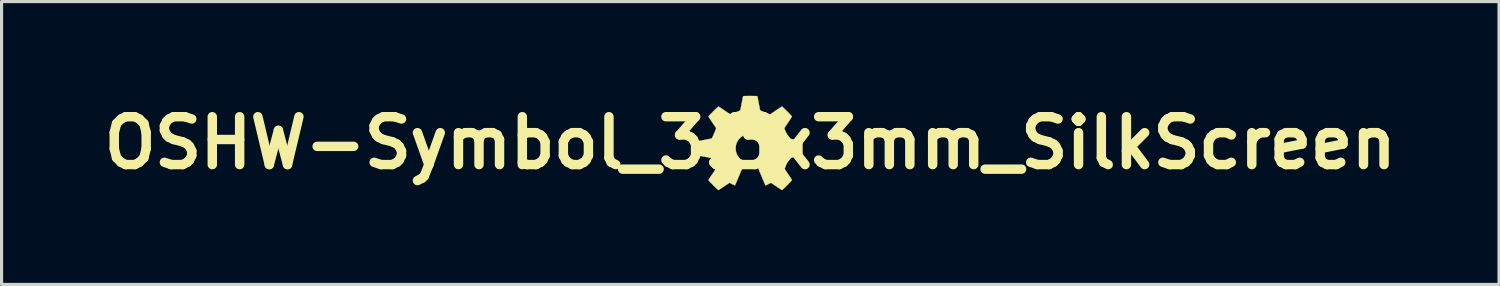
<source format=kicad_pcb>
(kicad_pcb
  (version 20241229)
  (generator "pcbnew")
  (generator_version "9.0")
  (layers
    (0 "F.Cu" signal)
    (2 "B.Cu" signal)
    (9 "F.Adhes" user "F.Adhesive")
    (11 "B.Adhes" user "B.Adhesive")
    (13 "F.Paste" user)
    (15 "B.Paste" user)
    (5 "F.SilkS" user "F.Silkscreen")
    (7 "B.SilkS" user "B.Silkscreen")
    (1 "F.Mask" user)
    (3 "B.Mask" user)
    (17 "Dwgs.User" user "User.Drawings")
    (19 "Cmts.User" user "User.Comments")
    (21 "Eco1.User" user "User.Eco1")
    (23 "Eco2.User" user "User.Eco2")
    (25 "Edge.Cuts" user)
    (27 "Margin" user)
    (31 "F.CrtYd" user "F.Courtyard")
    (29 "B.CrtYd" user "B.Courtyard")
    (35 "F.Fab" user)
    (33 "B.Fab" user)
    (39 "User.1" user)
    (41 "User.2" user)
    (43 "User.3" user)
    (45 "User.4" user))
  (footprint "OSHW-Symbol_3.3x3mm_SilkScreen"
    (layer "F.Cu")
    (at 20.835 1.5)
    (property "Reference" "OSHW-Symbol_3.3x3mm_SilkScreen" (at 0 0 0) (layer "F.SilkS") (effects (font (size 1.524 1.524) (thickness 0.3))))
    (attr through_hole)
    (fp_poly (pts (xy -0.006 -1.495) (xy 0.041 -1.495) (xy 0.086 -1.494) (xy 0.125 -1.494) (xy 0.159 -1.493) (xy 0.186 -1.493) (xy 0.204 -1.492) (xy 0.212 -1.491) (xy 0.223 -1.485) (xy 0.227 -1.479) (xy 0.229 -1.471) (xy 0.233 -1.454) (xy 0.238 -1.428) (xy 0.244 -1.395) (xy 0.251 -1.356) (xy 0.26 -1.313) (xy 0.268 -1.266) (xy 0.269 -1.261) (xy 0.278 -1.213) (xy 0.287 -1.169) (xy 0.294 -1.129) (xy 0.301 -1.096) (xy 0.307 -1.069) (xy 0.311 -1.051) (xy 0.314 -1.042) (xy 0.314 -1.041) (xy 0.32 -1.036) (xy 0.336 -1.028) (xy 0.359 -1.017) (xy 0.388 -1.004) (xy 0.42 -0.99) (xy 0.455 -0.976) (xy 0.491 -0.961) (xy 0.526 -0.947) (xy 0.559 -0.935) (xy 0.587 -0.924) (xy 0.61 -0.916) (xy 0.625 -0.912) (xy 0.631 -0.912) (xy 0.638 -0.915) (xy 0.654 -0.924) (xy 0.677 -0.939) (xy 0.705 -0.957) (xy 0.738 -0.98) (xy 0.776 -1.005) (xy 0.815 -1.032) (xy 0.821 -1.036) (xy 0.861 -1.063) (xy 0.899 -1.088) (xy 0.933 -1.11) (xy 0.961 -1.129) (xy 0.985 -1.144) (xy 1.001 -1.153) (xy 1.009 -1.158) (xy 1.01 -1.158) (xy 1.016 -1.154) (xy 1.029 -1.143) (xy 1.048 -1.126) (xy 1.071 -1.104) (xy 1.098 -1.078) (xy 1.128 -1.049) (xy 1.158 -1.019) (xy 1.189 -0.988) (xy 1.22 -0.957) (xy 1.248 -0.928) (xy 1.274 -0.901) (xy 1.295 -0.878) (xy 1.312 -0.86) (xy 1.323 -0.847) (xy 1.326 -0.841) (xy 1.323 -0.834) (xy 1.314 -0.819) (xy 1.3 -0.797) (xy 1.282 -0.769) (xy 1.261 -0.736) (xy 1.236 -0.699) (xy 1.209 -0.66) (xy 1.205 -0.654) (xy 1.172 -0.604) (xy 1.143 -0.562) (xy 1.12 -0.526) (xy 1.102 -0.498) (xy 1.09 -0.478) (xy 1.085 -0.466) (xy 1.085 -0.464) (xy 1.087 -0.456) (xy 1.093 -0.438) (xy 1.102 -0.413) (xy 1.115 -0.383) (xy 1.129 -0.347) (xy 1.146 -0.308) (xy 1.15 -0.298) (xy 1.171 -0.25) (xy 1.188 -0.212) (xy 1.201 -0.183) (xy 1.212 -0.162) (xy 1.22 -0.148) (xy 1.226 -0.141) (xy 1.227 -0.14) (xy 1.235 -0.138) (xy 1.253 -0.134) (xy 1.279 -0.129) (xy 1.313 -0.122) (xy 1.352 -0.115) (xy 1.395 -0.107) (xy 1.441 -0.098) (xy 1.487 -0.09) (xy 1.53 -0.082) (xy 1.568 -0.074) (xy 1.601 -0.068) (xy 1.626 -0.063) (xy 1.642 -0.06) (xy 1.649 -0.058) (xy 1.657 -0.051) (xy 1.66 -0.043) (xy 1.661 -0.035) (xy 1.661 -0.017) (xy 1.662 0.01) (xy 1.663 0.044) (xy 1.663 0.084) (xy 1.663 0.128) (xy 1.663 0.175) (xy 1.663 0.229) (xy 1.663 0.273) (xy 1.663 0.307) (xy 1.662 0.334) (xy 1.662 0.355) (xy 1.661 0.369) (xy 1.659 0.379) (xy 1.657 0.386) (xy 1.655 0.39) (xy 1.654 0.392) (xy 1.649 0.395) (xy 1.641 0.399) (xy 1.627 0.403) (xy 1.608 0.408) (xy 1.582 0.413) (xy 1.548 0.42) (xy 1.506 0.428) (xy 1.453 0.438) (xy 1.442 0.44) (xy 1.384 0.451) (xy 1.338 0.46) (xy 1.3 0.468) (xy 1.272 0.474) (xy 1.251 0.479) (xy 1.238 0.483) (xy 1.231 0.487) (xy 1.23 0.487) (xy 1.225 0.495) (xy 1.217 0.512) (xy 1.207 0.536) (xy 1.194 0.566) (xy 1.18 0.6) (xy 1.165 0.636) (xy 1.15 0.673) (xy 1.136 0.71) (xy 1.123 0.743) (xy 1.112 0.773) (xy 1.103 0.798) (xy 1.098 0.815) (xy 1.096 0.823) (xy 1.099 0.831) (xy 1.108 0.847) (xy 1.123 0.872) (xy 1.143 0.903) (xy 1.168 0.94) (xy 1.197 0.983) (xy 1.211 1.004) (xy 1.237 1.043) (xy 1.262 1.079) (xy 1.283 1.112) (xy 1.301 1.139) (xy 1.315 1.161) (xy 1.323 1.176) (xy 1.326 1.183) (xy 1.322 1.189) (xy 1.311 1.203) (xy 1.294 1.222) (xy 1.273 1.245) (xy 1.247 1.272) (xy 1.218 1.301) (xy 1.188 1.332) (xy 1.157 1.363) (xy 1.127 1.394) (xy 1.097 1.422) (xy 1.071 1.448) (xy 1.048 1.47) (xy 1.029 1.486) (xy 1.016 1.497) (xy 1.01 1.5) (xy 1.004 1.497) (xy 0.989 1.489) (xy 0.967 1.475) (xy 0.939 1.457) (xy 0.907 1.435) (xy 0.871 1.411) (xy 0.836 1.387) (xy 0.798 1.361) (xy 0.762 1.337) (xy 0.73 1.315) (xy 0.703 1.297) (xy 0.682 1.283) (xy 0.668 1.275) (xy 0.662 1.272) (xy 0.654 1.273) (xy 0.639 1.279) (xy 0.617 1.289) (xy 0.59 1.302) (xy 0.572 1.312) (xy 0.541 1.328) (xy 0.518 1.339) (xy 0.502 1.346) (xy 0.492 1.349) (xy 0.486 1.349) (xy 0.482 1.347) (xy 0.479 1.34) (xy 0.471 1.324) (xy 0.46 1.3) (xy 0.447 1.268) (xy 0.431 1.231) (xy 0.412 1.188) (xy 0.393 1.141) (xy 0.372 1.09) (xy 0.35 1.038) (xy 0.328 0.985) (xy 0.306 0.931) (xy 0.285 0.879) (xy 0.264 0.828) (xy 0.245 0.781) (xy 0.227 0.737) (xy 0.212 0.699) (xy 0.2 0.667) (xy 0.19 0.641) (xy 0.184 0.624) (xy 0.182 0.616) (xy 0.182 0.616) (xy 0.187 0.61) (xy 0.2 0.599) (xy 0.218 0.586) (xy 0.223 0.583) (xy 0.276 0.545) (xy 0.32 0.507) (xy 0.356 0.468) (xy 0.386 0.426) (xy 0.413 0.379) (xy 0.413 0.379) (xy 0.429 0.344) (xy 0.442 0.313) (xy 0.45 0.283) (xy 0.455 0.252) (xy 0.457 0.215) (xy 0.458 0.171) (xy 0.458 0.136) (xy 0.457 0.11) (xy 0.455 0.089) (xy 0.452 0.071) (xy 0.447 0.054) (xy 0.445 0.045) (xy 0.418 -0.024) (xy 0.382 -0.087) (xy 0.337 -0.142) (xy 0.286 -0.191) (xy 0.227 -0.23) (xy 0.163 -0.261) (xy 0.11 -0.279) (xy 0.072 -0.286) (xy 0.027 -0.289) (xy -0.02 -0.289) (xy -0.066 -0.286) (xy -0.107 -0.28) (xy -0.121 -0.276) (xy -0.189 -0.251) (xy -0.252 -0.217) (xy -0.309 -0.174) (xy -0.358 -0.124) (xy -0.399 -0.066) (xy -0.418 -0.032) (xy -0.437 0.009) (xy -0.449 0.045) (xy -0.458 0.082) (xy -0.463 0.124) (xy -0.464 0.149) (xy -0.463 0.221) (xy -0.452 0.289) (xy -0.43 0.354) (xy -0.398 0.416) (xy -0.358 0.47) (xy -0.334 0.498) (xy -0.306 0.524) (xy -0.272 0.551) (xy -0.23 0.58) (xy -0.229 0.581) (xy -0.206 0.597) (xy -0.191 0.61) (xy -0.185 0.619) (xy -0.185 0.62) (xy -0.188 0.627) (xy -0.194 0.643) (xy -0.203 0.668) (xy -0.216 0.699) (xy -0.231 0.737) (xy -0.248 0.781) (xy -0.268 0.828) (xy -0.288 0.878) (xy -0.31 0.931) (xy -0.332 0.984) (xy -0.354 1.038) (xy -0.376 1.09) (xy -0.397 1.141) (xy -0.417 1.188) (xy -0.435 1.231) (xy -0.451 1.269) (xy -0.465 1.301) (xy -0.475 1.325) (xy -0.483 1.341) (xy -0.486 1.348) (xy -0.486 1.348) (xy -0.49 1.35) (xy -0.497 1.349) (xy -0.509 1.345) (xy -0.527 1.337) (xy -0.551 1.325) (xy -0.575 1.313) (xy -0.602 1.298) (xy -0.627 1.286) (xy -0.646 1.277) (xy -0.659 1.271) (xy -0.663 1.27) (xy -0.669 1.273) (xy -0.683 1.282) (xy -0.704 1.296) (xy -0.731 1.314) (xy -0.764 1.335) (xy -0.8 1.359) (xy -0.837 1.385) (xy -0.876 1.412) (xy -0.912 1.436) (xy -0.945 1.457) (xy -0.972 1.475) (xy -0.994 1.489) (xy -1.009 1.498) (xy -1.015 1.5) (xy -1.022 1.496) (xy -1.035 1.485) (xy -1.055 1.467) (xy -1.08 1.443) (xy -1.111 1.414) (xy -1.145 1.381) (xy -1.179 1.347) (xy -1.215 1.31) (xy -1.248 1.277) (xy -1.277 1.247) (xy -1.3 1.222) (xy -1.317 1.203) (xy -1.328 1.19) (xy -1.332 1.184) (xy -1.329 1.177) (xy -1.32 1.162) (xy -1.306 1.14) (xy -1.288 1.112) (xy -1.267 1.079) (xy -1.242 1.043) (xy -1.216 1.006) (xy -1.19 0.967) (xy -1.165 0.931) (xy -1.144 0.899) (xy -1.125 0.871) (xy -1.111 0.85) (xy -1.102 0.836) (xy -1.098 0.83) (xy -1.099 0.822) (xy -1.104 0.806) (xy -1.113 0.783) (xy -1.123 0.754) (xy -1.136 0.72) (xy -1.15 0.684) (xy -1.165 0.647) (xy -1.18 0.61) (xy -1.195 0.575) (xy -1.208 0.544) (xy -1.22 0.517) (xy -1.23 0.497) (xy -1.236 0.485) (xy -1.238 0.482) (xy -1.246 0.48) (xy -1.263 0.476) (xy -1.289 0.471) (xy -1.322 0.464) (xy -1.36 0.456) (xy -1.403 0.448) (xy -1.443 0.441) (xy -1.489 0.432) (xy -1.532 0.424) (xy -1.57 0.416) (xy -1.602 0.41) (xy -1.628 0.405) (xy -1.644 0.401) (xy -1.651 0.399) (xy -1.663 0.394) (xy -1.663 0.172) (xy -1.663 0.113) (xy -1.663 0.065) (xy -1.663 0.026) (xy -1.662 -0.004) (xy -1.661 -0.027) (xy -1.66 -0.042) (xy -1.658 -0.051) (xy -1.656 -0.055) (xy -1.649 -0.057) (xy -1.633 -0.061) (xy -1.607 -0.067) (xy -1.575 -0.073) (xy -1.536 -0.081) (xy -1.493 -0.09) (xy -1.446 -0.098) (xy -1.442 -0.099) (xy -1.385 -0.11) (xy -1.336 -0.119) (xy -1.294 -0.128) (xy -1.262 -0.135) (xy -1.239 -0.141) (xy -1.227 -0.145) (xy -1.224 -0.146) (xy -1.22 -0.153) (xy -1.212 -0.169) (xy -1.2 -0.193) (xy -1.186 -0.223) (xy -1.171 -0.258) (xy -1.154 -0.297) (xy -1.149 -0.308) (xy -1.13 -0.354) (xy -1.115 -0.39) (xy -1.103 -0.419) (xy -1.096 -0.44) (xy -1.091 -0.455) (xy -1.088 -0.466) (xy -1.088 -0.472) (xy -1.089 -0.475) (xy -1.093 -0.482) (xy -1.103 -0.497) (xy -1.118 -0.52) (xy -1.137 -0.548) (xy -1.16 -0.581) (xy -1.185 -0.618) (xy -1.212 -0.658) (xy -1.213 -0.659) (xy -1.24 -0.699) (xy -1.265 -0.736) (xy -1.287 -0.769) (xy -1.305 -0.797) (xy -1.319 -0.819) (xy -1.328 -0.834) (xy -1.332 -0.842) (xy -1.332 -0.842) (xy -1.328 -0.848) (xy -1.317 -0.861) (xy -1.3 -0.88) (xy -1.278 -0.904) (xy -1.252 -0.93) (xy -1.223 -0.96) (xy -1.193 -0.99) (xy -1.162 -1.021) (xy -1.131 -1.051) (xy -1.102 -1.08) (xy -1.075 -1.105) (xy -1.052 -1.127) (xy -1.033 -1.144) (xy -1.02 -1.154) (xy -1.014 -1.158) (xy -1.007 -1.155) (xy -0.992 -1.146) (xy -0.97 -1.132) (xy -0.942 -1.114) (xy -0.908 -1.092) (xy -0.871 -1.067) (xy -0.832 -1.04) (xy -0.823 -1.034) (xy -0.783 -1.007) (xy -0.745 -0.981) (xy -0.711 -0.959) (xy -0.682 -0.94) (xy -0.658 -0.925) (xy -0.641 -0.915) (xy -0.632 -0.911) (xy -0.632 -0.91) (xy -0.623 -0.913) (xy -0.606 -0.918) (xy -0.582 -0.927) (xy -0.553 -0.939) (xy -0.52 -0.952) (xy -0.485 -0.966) (xy -0.449 -0.98) (xy -0.415 -0.994) (xy -0.384 -1.007) (xy -0.357 -1.019) (xy -0.337 -1.028) (xy -0.324 -1.034) (xy -0.321 -1.036) (xy -0.319 -1.043) (xy -0.314 -1.06) (xy -0.308 -1.086) (xy -0.301 -1.119) (xy -0.293 -1.158) (xy -0.285 -1.202) (xy -0.275 -1.251) (xy -0.273 -1.261) (xy -0.263 -1.318) (xy -0.254 -1.365) (xy -0.246 -1.402) (xy -0.24 -1.431) (xy -0.235 -1.453) (xy -0.231 -1.469) (xy -0.227 -1.479) (xy -0.224 -1.485) (xy -0.222 -1.487) (xy -0.217 -1.489) (xy -0.209 -1.491) (xy -0.195 -1.492) (xy -0.175 -1.493) (xy -0.149 -1.494) (xy -0.114 -1.494) (xy -0.07 -1.495) (xy -0.017 -1.495) (xy -0.006 -1.495)) (stroke (width 0.01) (type solid)) (fill yes) (layer "F.SilkS")))
  (gr_rect
    (start -3 -3)
    (end 44.671 6.005)
    (stroke (width 0.1) (type default))
    (fill no)
    (layer "Edge.Cuts")))
</source>
